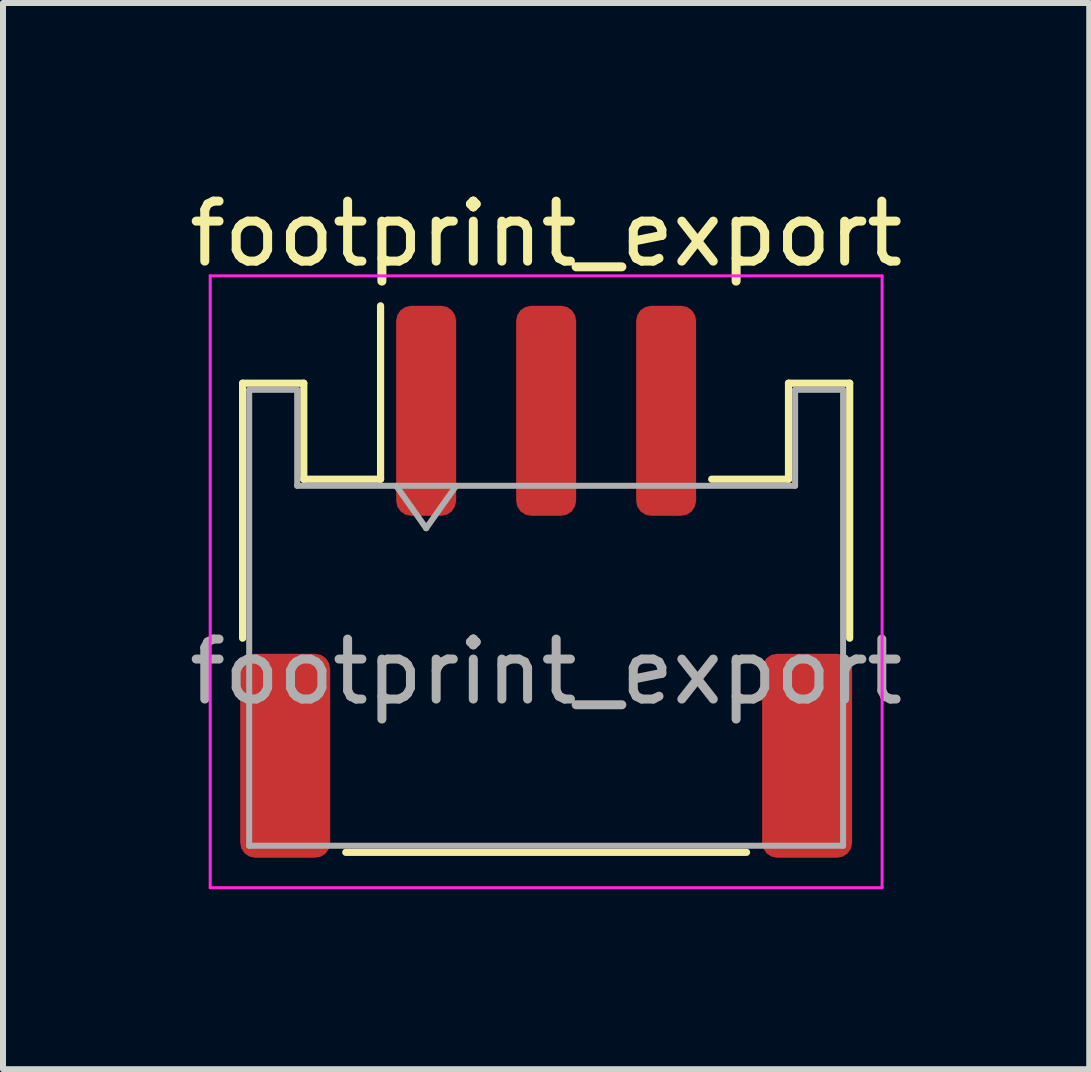
<source format=kicad_pcb>
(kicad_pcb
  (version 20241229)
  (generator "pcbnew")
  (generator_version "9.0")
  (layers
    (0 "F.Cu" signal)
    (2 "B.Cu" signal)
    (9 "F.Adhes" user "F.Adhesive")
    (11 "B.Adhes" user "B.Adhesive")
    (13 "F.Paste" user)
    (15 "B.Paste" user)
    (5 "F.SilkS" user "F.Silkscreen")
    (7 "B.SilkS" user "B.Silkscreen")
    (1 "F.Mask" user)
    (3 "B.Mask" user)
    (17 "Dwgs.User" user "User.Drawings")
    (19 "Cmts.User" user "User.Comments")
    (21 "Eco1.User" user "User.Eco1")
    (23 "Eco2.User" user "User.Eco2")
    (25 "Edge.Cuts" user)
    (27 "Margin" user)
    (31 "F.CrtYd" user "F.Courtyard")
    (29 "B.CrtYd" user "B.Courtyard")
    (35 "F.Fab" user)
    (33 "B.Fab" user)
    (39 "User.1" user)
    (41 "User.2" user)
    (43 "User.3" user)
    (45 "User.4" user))
  (footprint "footprint_export"
    (layer "F.Cu")
    (at 6.054 6.648)
    (property "Reference" "footprint_export" (at 0 -5.8 0) (layer "F.SilkS") (effects (font (size 1 1) (thickness 0.15))))
    (attr smd)
    (fp_line (start -5.06 -3.31) (end -4.04 -3.31) (stroke (width 0.12) (type solid)) (layer "F.SilkS"))
    (fp_line (start -5.06 0.94) (end -5.06 -3.31) (stroke (width 0.12) (type solid)) (layer "F.SilkS"))
    (fp_line (start -4.04 -3.31) (end -4.04 -1.71) (stroke (width 0.12) (type solid)) (layer "F.SilkS"))
    (fp_line (start -4.04 -1.71) (end -2.76 -1.71) (stroke (width 0.12) (type solid)) (layer "F.SilkS"))
    (fp_line (start -3.34 4.51) (end 3.34 4.51) (stroke (width 0.12) (type solid)) (layer "F.SilkS"))
    (fp_line (start -2.76 -1.71) (end -2.76 -4.6) (stroke (width 0.12) (type solid)) (layer "F.SilkS"))
    (fp_line (start 4.04 -3.31) (end 4.04 -1.71) (stroke (width 0.12) (type solid)) (layer "F.SilkS"))
    (fp_line (start 4.04 -1.71) (end 2.76 -1.71) (stroke (width 0.12) (type solid)) (layer "F.SilkS"))
    (fp_line (start 5.06 -3.31) (end 4.04 -3.31) (stroke (width 0.12) (type solid)) (layer "F.SilkS"))
    (fp_line (start 5.06 0.94) (end 5.06 -3.31) (stroke (width 0.12) (type solid)) (layer "F.SilkS"))
    (fp_line (start -5.6 -5.1) (end -5.6 5.1) (stroke (width 0.05) (type solid)) (layer "F.CrtYd"))
    (fp_line (start -5.6 5.1) (end 5.6 5.1) (stroke (width 0.05) (type solid)) (layer "F.CrtYd"))
    (fp_line (start 5.6 -5.1) (end -5.6 -5.1) (stroke (width 0.05) (type solid)) (layer "F.CrtYd"))
    (fp_line (start 5.6 5.1) (end 5.6 -5.1) (stroke (width 0.05) (type solid)) (layer "F.CrtYd"))
    (fp_line (start -4.95 -3.2) (end -4.95 4.4) (stroke (width 0.1) (type solid)) (layer "F.Fab"))
    (fp_line (start -4.95 -3.2) (end -4.15 -3.2) (stroke (width 0.1) (type solid)) (layer "F.Fab"))
    (fp_line (start -4.95 4.4) (end 4.95 4.4) (stroke (width 0.1) (type solid)) (layer "F.Fab"))
    (fp_line (start -4.15 -3.2) (end -4.15 -1.6) (stroke (width 0.1) (type solid)) (layer "F.Fab"))
    (fp_line (start -4.15 -1.6) (end 4.15 -1.6) (stroke (width 0.1) (type solid)) (layer "F.Fab"))
    (fp_line (start -2.5 -1.6) (end -2 -0.893) (stroke (width 0.1) (type solid)) (layer "F.Fab"))
    (fp_line (start -2 -0.893) (end -1.5 -1.6) (stroke (width 0.1) (type solid)) (layer "F.Fab"))
    (fp_line (start 4.15 -3.2) (end 4.95 -3.2) (stroke (width 0.1) (type solid)) (layer "F.Fab"))
    (fp_line (start 4.15 -1.6) (end 4.15 -3.2) (stroke (width 0.1) (type solid)) (layer "F.Fab"))
    (fp_line (start 4.95 -3.2) (end 4.95 4.4) (stroke (width 0.1) (type solid)) (layer "F.Fab"))
    (fp_text user "${REFERENCE}" (at 0 1.5 0) (layer "F.Fab") (effects (font (size 1 1) (thickness 0.15))))
    (pad "1" smd roundrect (at -2 -2.85) (size 1 3.5) (layers "F.Cu" "F.Mask" "F.Paste") (roundrect_rratio 0.25))
    (pad "2" smd roundrect (at 0 -2.85) (size 1 3.5) (layers "F.Cu" "F.Mask" "F.Paste") (roundrect_rratio 0.25))
    (pad "3" smd roundrect (at 2 -2.85) (size 1 3.5) (layers "F.Cu" "F.Mask" "F.Paste") (roundrect_rratio 0.25))
    (pad "MP" smd roundrect (at -4.35 2.9) (size 1.5 3.4) (layers "F.Cu" "F.Mask" "F.Paste") (roundrect_rratio 0.167))
    (pad "MP" smd roundrect (at 4.35 2.9) (size 1.5 3.4) (layers "F.Cu" "F.Mask" "F.Paste") (roundrect_rratio 0.167)))
  (gr_rect
    (start -3 -3)
    (end 15.107 14.773)
    (stroke (width 0.1) (type default))
    (fill no)
    (layer "Edge.Cuts")))
</source>
